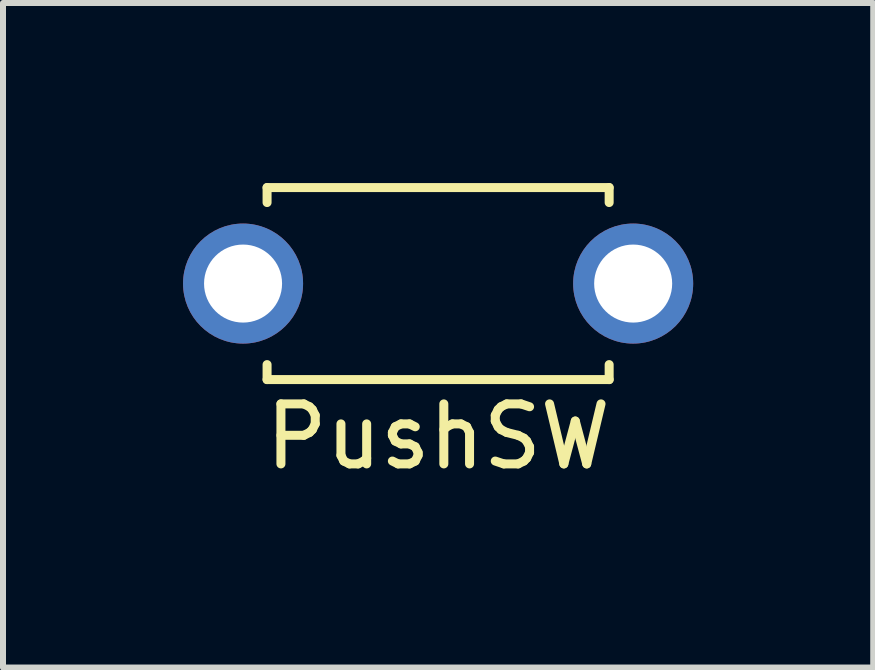
<source format=kicad_pcb>
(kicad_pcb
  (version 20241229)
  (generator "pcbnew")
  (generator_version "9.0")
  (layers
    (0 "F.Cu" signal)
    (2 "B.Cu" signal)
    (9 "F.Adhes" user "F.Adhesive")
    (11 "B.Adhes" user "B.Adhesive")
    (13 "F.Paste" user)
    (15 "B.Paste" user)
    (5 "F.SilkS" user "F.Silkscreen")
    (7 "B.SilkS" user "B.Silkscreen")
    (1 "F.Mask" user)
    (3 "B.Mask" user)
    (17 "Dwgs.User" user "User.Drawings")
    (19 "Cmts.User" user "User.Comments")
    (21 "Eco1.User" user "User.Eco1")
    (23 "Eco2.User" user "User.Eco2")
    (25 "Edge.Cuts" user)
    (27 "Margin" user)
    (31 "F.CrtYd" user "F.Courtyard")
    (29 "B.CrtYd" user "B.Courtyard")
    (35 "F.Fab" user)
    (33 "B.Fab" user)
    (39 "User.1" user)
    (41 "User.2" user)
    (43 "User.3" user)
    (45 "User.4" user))
  (footprint "PushSW"
    (layer "F.Cu")
    (at 4.25 1.675)
    (property "Reference" "PushSW" (at 0 2.55 0) (layer "F.SilkS") (effects (font (size 1 1) (thickness 0.15))))
    (attr through_hole)
    (fp_line (start -2.85 -1.6) (end -2.85 -1.35) (stroke (width 0.15) (type solid)) (layer "F.SilkS"))
    (fp_line (start -2.85 -1.6) (end 2.85 -1.6) (stroke (width 0.15) (type solid)) (layer "F.SilkS"))
    (fp_line (start -2.85 1.6) (end -2.85 1.35) (stroke (width 0.15) (type solid)) (layer "F.SilkS"))
    (fp_line (start -2.85 1.6) (end 2.85 1.6) (stroke (width 0.15) (type solid)) (layer "F.SilkS"))
    (fp_line (start 2.85 -1.6) (end 2.85 -1.35) (stroke (width 0.15) (type solid)) (layer "F.SilkS"))
    (fp_line (start 2.85 1.6) (end 2.85 1.35) (stroke (width 0.15) (type solid)) (layer "F.SilkS"))
    (pad "1" thru_hole circle (at 3.25 0) (size 2 2) (drill 1.3) (layers "*.Cu" "B.Mask"))
    (pad "2" thru_hole circle (at -3.25 0) (size 2 2) (drill 1.3) (layers "*.Cu" "B.Mask")))
  (gr_rect
    (start -3 -3)
    (end 11.5 8.073)
    (stroke (width 0.1) (type default))
    (fill no)
    (layer "Edge.Cuts")))
</source>
